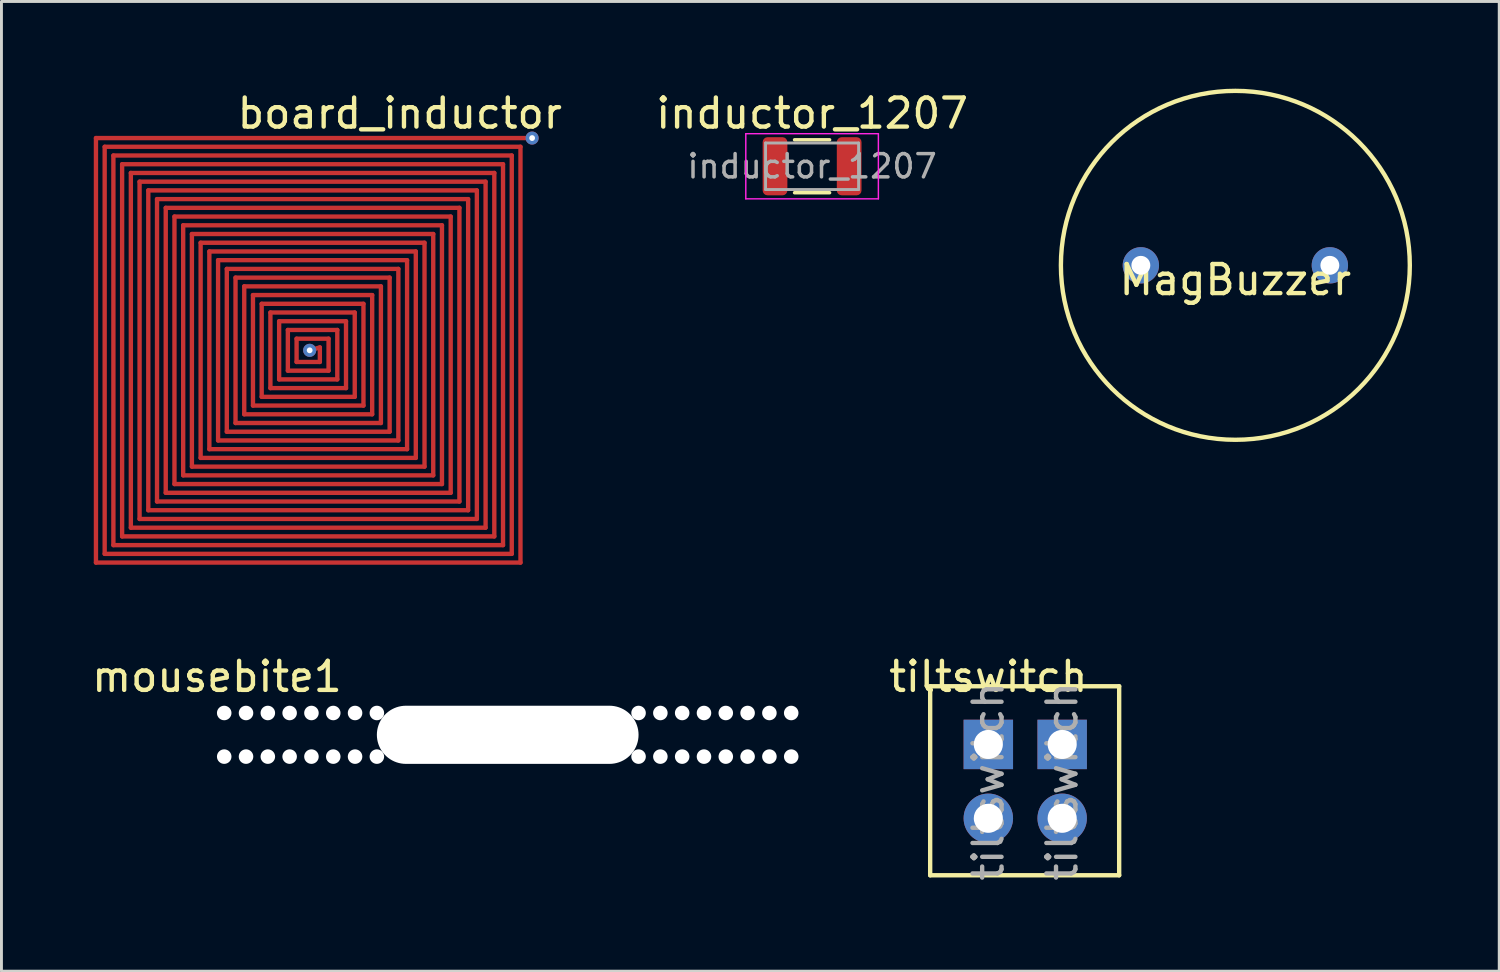
<source format=kicad_pcb>
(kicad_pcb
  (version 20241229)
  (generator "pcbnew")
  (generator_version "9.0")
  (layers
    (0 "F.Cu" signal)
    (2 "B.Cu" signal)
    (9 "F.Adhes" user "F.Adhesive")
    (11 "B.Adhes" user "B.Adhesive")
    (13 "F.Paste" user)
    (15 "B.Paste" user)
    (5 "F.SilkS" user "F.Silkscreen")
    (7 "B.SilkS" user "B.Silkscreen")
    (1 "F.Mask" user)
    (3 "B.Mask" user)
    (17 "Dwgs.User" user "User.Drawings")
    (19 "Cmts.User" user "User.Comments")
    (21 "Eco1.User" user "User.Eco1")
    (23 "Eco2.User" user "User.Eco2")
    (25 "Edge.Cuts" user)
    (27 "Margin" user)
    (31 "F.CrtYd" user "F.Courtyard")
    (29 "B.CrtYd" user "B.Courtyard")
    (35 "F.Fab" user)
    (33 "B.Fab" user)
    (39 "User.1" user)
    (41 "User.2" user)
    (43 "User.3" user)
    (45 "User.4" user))
  (footprint "tiltswitch"
    (layer "F.Cu")
    (at 30.94 22.552)
    (property "Reference" "tiltswitch" (at 0 -2.33 0) (layer "F.SilkS") (effects (font (size 1 1) (thickness 0.15))))
    (attr through_hole)
    (fp_line (start -2 -2) (end 4.5 -2) (stroke (width 0.15) (type solid)) (layer "F.SilkS"))
    (fp_line (start -2 4.5) (end -2 -2) (stroke (width 0.15) (type solid)) (layer "F.SilkS"))
    (fp_line (start 4.5 -2) (end 4.5 4.5) (stroke (width 0.15) (type solid)) (layer "F.SilkS"))
    (fp_line (start 4.5 4.5) (end -2 4.5) (stroke (width 0.15) (type solid)) (layer "F.SilkS"))
    (fp_text user "${REFERENCE}" (at 0 1.27 90) (layer "F.Fab") (effects (font (size 1 1) (thickness 0.15))))
    (fp_text user "${REFERENCE}" (at 2.54 1.27 90) (layer "F.Fab") (effects (font (size 1 1) (thickness 0.15))))
    (pad "1" thru_hole rect (at 0 0) (size 1.7 1.7) (drill 1) (layers "*.Cu" "*.Mask"))
    (pad "2" thru_hole oval (at 0 2.54) (size 1.7 1.7) (drill 1) (layers "*.Cu" "*.Mask"))
    (pad "3" thru_hole rect (at 2.54 0) (size 1.7 1.7) (drill 1) (layers "*.Cu" "*.Mask"))
    (pad "4" thru_hole oval (at 2.54 2.54) (size 1.7 1.7) (drill 1) (layers "*.Cu" "*.Mask")))
  (footprint "board_inductor"
    (layer "F.Cu")
    (at 0.25 1.698)
    (property "Reference" "board_inductor" (at 10.45 -0.85 0) (unlocked yes) (layer "F.SilkS") (effects (font (size 1 1) (thickness 0.15))))
    (attr through_hole)
    (fp_line (start 0 0) (end 0 14.6) (stroke (width 0.15) (type solid)) (layer "F.Cu"))
    (fp_line (start 0 14.6) (end 14.6 14.6) (stroke (width 0.15) (type solid)) (layer "F.Cu"))
    (fp_line (start 0.3 0.3) (end 0.3 14.3) (stroke (width 0.15) (type solid)) (layer "F.Cu"))
    (fp_line (start 0.3 14.3) (end 14.3 14.3) (stroke (width 0.15) (type solid)) (layer "F.Cu"))
    (fp_line (start 0.6 0.6) (end 0.6 14) (stroke (width 0.15) (type solid)) (layer "F.Cu"))
    (fp_line (start 0.6 14) (end 14 14) (stroke (width 0.15) (type solid)) (layer "F.Cu"))
    (fp_line (start 0.9 0.9) (end 0.9 13.7) (stroke (width 0.15) (type solid)) (layer "F.Cu"))
    (fp_line (start 0.9 13.7) (end 13.7 13.7) (stroke (width 0.15) (type solid)) (layer "F.Cu"))
    (fp_line (start 1.2 1.2) (end 1.2 13.4) (stroke (width 0.15) (type solid)) (layer "F.Cu"))
    (fp_line (start 1.2 13.4) (end 13.4 13.4) (stroke (width 0.15) (type solid)) (layer "F.Cu"))
    (fp_line (start 1.5 1.5) (end 1.5 13.1) (stroke (width 0.15) (type solid)) (layer "F.Cu"))
    (fp_line (start 1.5 13.1) (end 13.1 13.1) (stroke (width 0.15) (type solid)) (layer "F.Cu"))
    (fp_line (start 1.8 1.8) (end 1.8 12.8) (stroke (width 0.15) (type solid)) (layer "F.Cu"))
    (fp_line (start 1.8 12.8) (end 12.8 12.8) (stroke (width 0.15) (type solid)) (layer "F.Cu"))
    (fp_line (start 2.1 2.1) (end 2.1 12.5) (stroke (width 0.15) (type solid)) (layer "F.Cu"))
    (fp_line (start 2.1 12.5) (end 12.5 12.5) (stroke (width 0.15) (type solid)) (layer "F.Cu"))
    (fp_line (start 2.4 2.4) (end 2.4 12.2) (stroke (width 0.15) (type solid)) (layer "F.Cu"))
    (fp_line (start 2.4 12.2) (end 12.2 12.2) (stroke (width 0.15) (type solid)) (layer "F.Cu"))
    (fp_line (start 2.7 2.7) (end 2.7 11.9) (stroke (width 0.15) (type solid)) (layer "F.Cu"))
    (fp_line (start 2.7 11.9) (end 11.9 11.9) (stroke (width 0.15) (type solid)) (layer "F.Cu"))
    (fp_line (start 3 3) (end 3 11.6) (stroke (width 0.15) (type solid)) (layer "F.Cu"))
    (fp_line (start 3 11.6) (end 11.6 11.6) (stroke (width 0.15) (type solid)) (layer "F.Cu"))
    (fp_line (start 3.3 3.3) (end 3.3 11.3) (stroke (width 0.15) (type solid)) (layer "F.Cu"))
    (fp_line (start 3.3 11.3) (end 11.3 11.3) (stroke (width 0.15) (type solid)) (layer "F.Cu"))
    (fp_line (start 3.6 3.6) (end 3.6 11) (stroke (width 0.15) (type solid)) (layer "F.Cu"))
    (fp_line (start 3.6 11) (end 11 11) (stroke (width 0.15) (type solid)) (layer "F.Cu"))
    (fp_line (start 3.9 3.9) (end 3.9 10.7) (stroke (width 0.15) (type solid)) (layer "F.Cu"))
    (fp_line (start 3.9 10.7) (end 10.7 10.7) (stroke (width 0.15) (type solid)) (layer "F.Cu"))
    (fp_line (start 4.2 4.2) (end 4.2 10.4) (stroke (width 0.15) (type solid)) (layer "F.Cu"))
    (fp_line (start 4.2 10.4) (end 10.4 10.4) (stroke (width 0.15) (type solid)) (layer "F.Cu"))
    (fp_line (start 4.5 4.5) (end 4.5 10.1) (stroke (width 0.15) (type solid)) (layer "F.Cu"))
    (fp_line (start 4.5 10.1) (end 10.1 10.1) (stroke (width 0.15) (type solid)) (layer "F.Cu"))
    (fp_line (start 4.8 4.8) (end 4.8 9.8) (stroke (width 0.15) (type solid)) (layer "F.Cu"))
    (fp_line (start 4.8 9.8) (end 9.8 9.8) (stroke (width 0.15) (type solid)) (layer "F.Cu"))
    (fp_line (start 5.1 5.1) (end 5.1 9.5) (stroke (width 0.15) (type solid)) (layer "F.Cu"))
    (fp_line (start 5.1 9.5) (end 9.5 9.5) (stroke (width 0.15) (type solid)) (layer "F.Cu"))
    (fp_line (start 5.4 5.4) (end 5.4 9.2) (stroke (width 0.15) (type solid)) (layer "F.Cu"))
    (fp_line (start 5.4 9.2) (end 9.2 9.2) (stroke (width 0.15) (type solid)) (layer "F.Cu"))
    (fp_line (start 5.7 5.7) (end 5.7 8.9) (stroke (width 0.15) (type solid)) (layer "F.Cu"))
    (fp_line (start 5.7 8.9) (end 8.9 8.9) (stroke (width 0.15) (type solid)) (layer "F.Cu"))
    (fp_line (start 6 6) (end 6 8.6) (stroke (width 0.15) (type solid)) (layer "F.Cu"))
    (fp_line (start 6 8.6) (end 8.6 8.6) (stroke (width 0.15) (type solid)) (layer "F.Cu"))
    (fp_line (start 6.3 6.3) (end 6.3 8.3) (stroke (width 0.15) (type solid)) (layer "F.Cu"))
    (fp_line (start 6.3 8.3) (end 8.3 8.3) (stroke (width 0.15) (type solid)) (layer "F.Cu"))
    (fp_line (start 6.6 6.6) (end 6.6 8) (stroke (width 0.15) (type solid)) (layer "F.Cu"))
    (fp_line (start 6.6 8) (end 8 8) (stroke (width 0.15) (type solid)) (layer "F.Cu"))
    (fp_line (start 6.9 6.9) (end 6.9 7.7) (stroke (width 0.15) (type solid)) (layer "F.Cu"))
    (fp_line (start 6.9 7.7) (end 7.7 7.7) (stroke (width 0.15) (type solid)) (layer "F.Cu"))
    (fp_line (start 7.7 7.2) (end 7.35 7.3) (stroke (width 0.15) (type solid)) (layer "F.Cu"))
    (fp_line (start 7.7 7.7) (end 7.7 7.2) (stroke (width 0.15) (type solid)) (layer "F.Cu"))
    (fp_line (start 8 6.9) (end 6.9 6.9) (stroke (width 0.15) (type solid)) (layer "F.Cu"))
    (fp_line (start 8 8) (end 8 6.9) (stroke (width 0.15) (type solid)) (layer "F.Cu"))
    (fp_line (start 8.3 6.6) (end 6.6 6.6) (stroke (width 0.15) (type solid)) (layer "F.Cu"))
    (fp_line (start 8.3 8.3) (end 8.3 6.6) (stroke (width 0.15) (type solid)) (layer "F.Cu"))
    (fp_line (start 8.6 6.3) (end 6.3 6.3) (stroke (width 0.15) (type solid)) (layer "F.Cu"))
    (fp_line (start 8.6 8.6) (end 8.6 6.3) (stroke (width 0.15) (type solid)) (layer "F.Cu"))
    (fp_line (start 8.9 6) (end 6 6) (stroke (width 0.15) (type solid)) (layer "F.Cu"))
    (fp_line (start 8.9 8.9) (end 8.9 6) (stroke (width 0.15) (type solid)) (layer "F.Cu"))
    (fp_line (start 9.2 5.7) (end 5.7 5.7) (stroke (width 0.15) (type solid)) (layer "F.Cu"))
    (fp_line (start 9.2 9.2) (end 9.2 5.7) (stroke (width 0.15) (type solid)) (layer "F.Cu"))
    (fp_line (start 9.5 5.4) (end 5.4 5.4) (stroke (width 0.15) (type solid)) (layer "F.Cu"))
    (fp_line (start 9.5 9.5) (end 9.5 5.4) (stroke (width 0.15) (type solid)) (layer "F.Cu"))
    (fp_line (start 9.8 5.1) (end 5.1 5.1) (stroke (width 0.15) (type solid)) (layer "F.Cu"))
    (fp_line (start 9.8 9.8) (end 9.8 5.1) (stroke (width 0.15) (type solid)) (layer "F.Cu"))
    (fp_line (start 10.1 4.8) (end 4.8 4.8) (stroke (width 0.15) (type solid)) (layer "F.Cu"))
    (fp_line (start 10.1 10.1) (end 10.1 4.8) (stroke (width 0.15) (type solid)) (layer "F.Cu"))
    (fp_line (start 10.4 4.5) (end 4.5 4.5) (stroke (width 0.15) (type solid)) (layer "F.Cu"))
    (fp_line (start 10.4 10.4) (end 10.4 4.5) (stroke (width 0.15) (type solid)) (layer "F.Cu"))
    (fp_line (start 10.7 4.2) (end 4.2 4.2) (stroke (width 0.15) (type solid)) (layer "F.Cu"))
    (fp_line (start 10.7 10.7) (end 10.7 4.2) (stroke (width 0.15) (type solid)) (layer "F.Cu"))
    (fp_line (start 11 3.9) (end 3.9 3.9) (stroke (width 0.15) (type solid)) (layer "F.Cu"))
    (fp_line (start 11 11) (end 11 3.9) (stroke (width 0.15) (type solid)) (layer "F.Cu"))
    (fp_line (start 11.3 3.6) (end 3.6 3.6) (stroke (width 0.15) (type solid)) (layer "F.Cu"))
    (fp_line (start 11.3 11.3) (end 11.3 3.6) (stroke (width 0.15) (type solid)) (layer "F.Cu"))
    (fp_line (start 11.6 3.3) (end 3.3 3.3) (stroke (width 0.15) (type solid)) (layer "F.Cu"))
    (fp_line (start 11.6 11.6) (end 11.6 3.3) (stroke (width 0.15) (type solid)) (layer "F.Cu"))
    (fp_line (start 11.9 3) (end 3 3) (stroke (width 0.15) (type solid)) (layer "F.Cu"))
    (fp_line (start 11.9 11.9) (end 11.9 3) (stroke (width 0.15) (type solid)) (layer "F.Cu"))
    (fp_line (start 12.2 2.7) (end 2.7 2.7) (stroke (width 0.15) (type solid)) (layer "F.Cu"))
    (fp_line (start 12.2 12.2) (end 12.2 2.7) (stroke (width 0.15) (type solid)) (layer "F.Cu"))
    (fp_line (start 12.5 2.4) (end 2.4 2.4) (stroke (width 0.15) (type solid)) (layer "F.Cu"))
    (fp_line (start 12.5 12.5) (end 12.5 2.4) (stroke (width 0.15) (type solid)) (layer "F.Cu"))
    (fp_line (start 12.8 2.1) (end 2.1 2.1) (stroke (width 0.15) (type solid)) (layer "F.Cu"))
    (fp_line (start 12.8 12.8) (end 12.8 2.1) (stroke (width 0.15) (type solid)) (layer "F.Cu"))
    (fp_line (start 13.1 1.8) (end 1.8 1.8) (stroke (width 0.15) (type solid)) (layer "F.Cu"))
    (fp_line (start 13.1 13.1) (end 13.1 1.8) (stroke (width 0.15) (type solid)) (layer "F.Cu"))
    (fp_line (start 13.4 1.5) (end 1.5 1.5) (stroke (width 0.15) (type solid)) (layer "F.Cu"))
    (fp_line (start 13.4 13.4) (end 13.4 1.5) (stroke (width 0.15) (type solid)) (layer "F.Cu"))
    (fp_line (start 13.7 1.2) (end 1.2 1.2) (stroke (width 0.15) (type solid)) (layer "F.Cu"))
    (fp_line (start 13.7 13.7) (end 13.7 1.2) (stroke (width 0.15) (type solid)) (layer "F.Cu"))
    (fp_line (start 14 0.9) (end 0.9 0.9) (stroke (width 0.15) (type solid)) (layer "F.Cu"))
    (fp_line (start 14 14) (end 14 0.9) (stroke (width 0.15) (type solid)) (layer "F.Cu"))
    (fp_line (start 14.3 0.6) (end 0.6 0.6) (stroke (width 0.15) (type solid)) (layer "F.Cu"))
    (fp_line (start 14.3 14.3) (end 14.3 0.6) (stroke (width 0.15) (type solid)) (layer "F.Cu"))
    (fp_line (start 14.6 0.3) (end 0.3 0.3) (stroke (width 0.15) (type solid)) (layer "F.Cu"))
    (fp_line (start 14.6 14.6) (end 14.6 0.3) (stroke (width 0.15) (type solid)) (layer "F.Cu"))
    (fp_line (start 15 0) (end 0 0) (stroke (width 0.15) (type solid)) (layer "F.Cu"))
    (pad "1" thru_hole circle (at 7.35 7.3) (size 0.45 0.45) (drill 0.2) (layers "*.Cu" "*.Mask"))
    (pad "1" thru_hole circle (at 15 0) (size 0.45 0.45) (drill 0.2) (layers "*.Cu" "*.Mask")))
  (footprint "inductor_1207"
    (layer "F.Cu")
    (at 24.879 2.668)
    (property "Reference" "inductor_1207" (at 0 -1.82 0) (layer "F.SilkS") (effects (font (size 1 1) (thickness 0.15))))
    (attr smd)
    (fp_line (start -0.602 -0.91) (end 0.602 -0.91) (stroke (width 0.12) (type solid)) (layer "F.SilkS"))
    (fp_line (start -0.602 0.91) (end 0.602 0.91) (stroke (width 0.12) (type solid)) (layer "F.SilkS"))
    (fp_line (start -2.28 -1.12) (end 2.28 -1.12) (stroke (width 0.05) (type solid)) (layer "F.CrtYd"))
    (fp_line (start -2.28 1.12) (end -2.28 -1.12) (stroke (width 0.05) (type solid)) (layer "F.CrtYd"))
    (fp_line (start 2.28 -1.12) (end 2.28 1.12) (stroke (width 0.05) (type solid)) (layer "F.CrtYd"))
    (fp_line (start 2.28 1.12) (end -2.28 1.12) (stroke (width 0.05) (type solid)) (layer "F.CrtYd"))
    (fp_line (start -1.6 -0.8) (end 1.6 -0.8) (stroke (width 0.1) (type solid)) (layer "F.Fab"))
    (fp_line (start -1.6 0.8) (end -1.6 -0.8) (stroke (width 0.1) (type solid)) (layer "F.Fab"))
    (fp_line (start 1.6 -0.8) (end 1.6 0.8) (stroke (width 0.1) (type solid)) (layer "F.Fab"))
    (fp_line (start 1.6 0.8) (end -1.6 0.8) (stroke (width 0.1) (type solid)) (layer "F.Fab"))
    (fp_text user "${REFERENCE}" (at 0 0 0) (layer "F.Fab") (effects (font (size 0.8 0.8) (thickness 0.12))))
    (pad "1" smd roundrect (at -1.275 0) (size 0.85 2) (layers "F.Cu" "F.Mask" "F.Paste") (roundrect_rratio 0.2))
    (pad "2" smd roundrect (at 1.275 0) (size 0.85 2) (layers "F.Cu" "F.Mask" "F.Paste") (roundrect_rratio 0.2)))
  (footprint "mousebite1"
    (layer "F.Cu")
    (at 4.411 21.221)
    (property "Reference" "mousebite1" (at 0 -1 0) (unlocked yes) (layer "F.SilkS") (effects (font (size 1 1) (thickness 0.15))))
    (attr through_hole)
    (pad "" np_thru_hole circle (at 0.25 0.25) (size 0.5 0.5) (drill 0.5) (layers "*.Cu"))
    (pad "" np_thru_hole circle (at 0.25 1.75) (size 0.5 0.5) (drill 0.5) (layers "*.Cu"))
    (pad "" np_thru_hole circle (at 1 0.25) (size 0.5 0.5) (drill 0.5) (layers "*.Cu"))
    (pad "" np_thru_hole circle (at 1 1.75) (size 0.5 0.5) (drill 0.5) (layers "*.Cu"))
    (pad "" np_thru_hole circle (at 1.75 0.25) (size 0.5 0.5) (drill 0.5) (layers "*.Cu"))
    (pad "" np_thru_hole circle (at 1.75 1.75) (size 0.5 0.5) (drill 0.5) (layers "*.Cu"))
    (pad "" np_thru_hole circle (at 2.5 0.25) (size 0.5 0.5) (drill 0.5) (layers "*.Cu"))
    (pad "" np_thru_hole circle (at 2.5 1.75) (size 0.5 0.5) (drill 0.5) (layers "*.Cu"))
    (pad "" np_thru_hole circle (at 3.25 0.25) (size 0.5 0.5) (drill 0.5) (layers "*.Cu"))
    (pad "" np_thru_hole circle (at 3.25 1.75) (size 0.5 0.5) (drill 0.5) (layers "*.Cu"))
    (pad "" np_thru_hole circle (at 4 0.25) (size 0.5 0.5) (drill 0.5) (layers "*.Cu"))
    (pad "" np_thru_hole circle (at 4 1.75) (size 0.5 0.5) (drill 0.5) (layers "*.Cu"))
    (pad "" np_thru_hole circle (at 4.75 0.25) (size 0.5 0.5) (drill 0.5) (layers "*.Cu"))
    (pad "" np_thru_hole circle (at 4.75 1.75) (size 0.5 0.5) (drill 0.5) (layers "*.Cu"))
    (pad "" np_thru_hole circle (at 5.5 0.25) (size 0.5 0.5) (drill 0.5) (layers "*.Cu"))
    (pad "" np_thru_hole circle (at 5.5 1.75) (size 0.5 0.5) (drill 0.5) (layers "*.Cu"))
    (pad "" np_thru_hole oval (at 10 1 90) (size 2 9) (drill oval 2 9) (layers "*.Cu"))
    (pad "" np_thru_hole circle (at 14.5 0.25) (size 0.5 0.5) (drill 0.5) (layers "*.Cu"))
    (pad "" np_thru_hole circle (at 14.5 1.75) (size 0.5 0.5) (drill 0.5) (layers "*.Cu"))
    (pad "" np_thru_hole circle (at 15.25 0.25) (size 0.5 0.5) (drill 0.5) (layers "*.Cu"))
    (pad "" np_thru_hole circle (at 15.25 1.75) (size 0.5 0.5) (drill 0.5) (layers "*.Cu"))
    (pad "" np_thru_hole circle (at 16 0.25) (size 0.5 0.5) (drill 0.5) (layers "*.Cu"))
    (pad "" np_thru_hole circle (at 16 1.75) (size 0.5 0.5) (drill 0.5) (layers "*.Cu"))
    (pad "" np_thru_hole circle (at 16.75 0.25) (size 0.5 0.5) (drill 0.5) (layers "*.Cu"))
    (pad "" np_thru_hole circle (at 16.75 1.75) (size 0.5 0.5) (drill 0.5) (layers "*.Cu"))
    (pad "" np_thru_hole circle (at 17.5 0.25) (size 0.5 0.5) (drill 0.5) (layers "*.Cu"))
    (pad "" np_thru_hole circle (at 17.5 1.75) (size 0.5 0.5) (drill 0.5) (layers "*.Cu"))
    (pad "" np_thru_hole circle (at 18.25 0.25) (size 0.5 0.5) (drill 0.5) (layers "*.Cu"))
    (pad "" np_thru_hole circle (at 18.25 1.75) (size 0.5 0.5) (drill 0.5) (layers "*.Cu"))
    (pad "" np_thru_hole circle (at 19 0.25) (size 0.5 0.5) (drill 0.5) (layers "*.Cu"))
    (pad "" np_thru_hole circle (at 19 1.75) (size 0.5 0.5) (drill 0.5) (layers "*.Cu"))
    (pad "" np_thru_hole circle (at 19.75 0.25) (size 0.5 0.5) (drill 0.5) (layers "*.Cu"))
    (pad "" np_thru_hole circle (at 19.75 1.75) (size 0.5 0.5) (drill 0.5) (layers "*.Cu")))
  (footprint "MagBuzzer"
    (layer "F.Cu")
    (at 39.436 6.075)
    (property "Reference" "MagBuzzer" (at 0 0.5 0) (unlocked yes) (layer "F.SilkS") (effects (font (size 1 1) (thickness 0.15))))
    (attr through_hole)
    (fp_circle (center 0 0) (end 0 6) (stroke (width 0.15) (type solid)) (fill no) (layer "F.SilkS"))
    (pad "1" thru_hole circle (at -3.25 0) (size 1.25 1.25) (drill 0.65) (layers "*.Cu" "*.Mask"))
    (pad "2" thru_hole circle (at 3.25 0) (size 1.25 1.25) (drill 0.65) (layers "*.Cu" "*.Mask")))
  (gr_rect
    (start -3 -3)
    (end 48.511 30.351)
    (stroke (width 0.1) (type default))
    (fill no)
    (layer "Edge.Cuts")))
</source>
